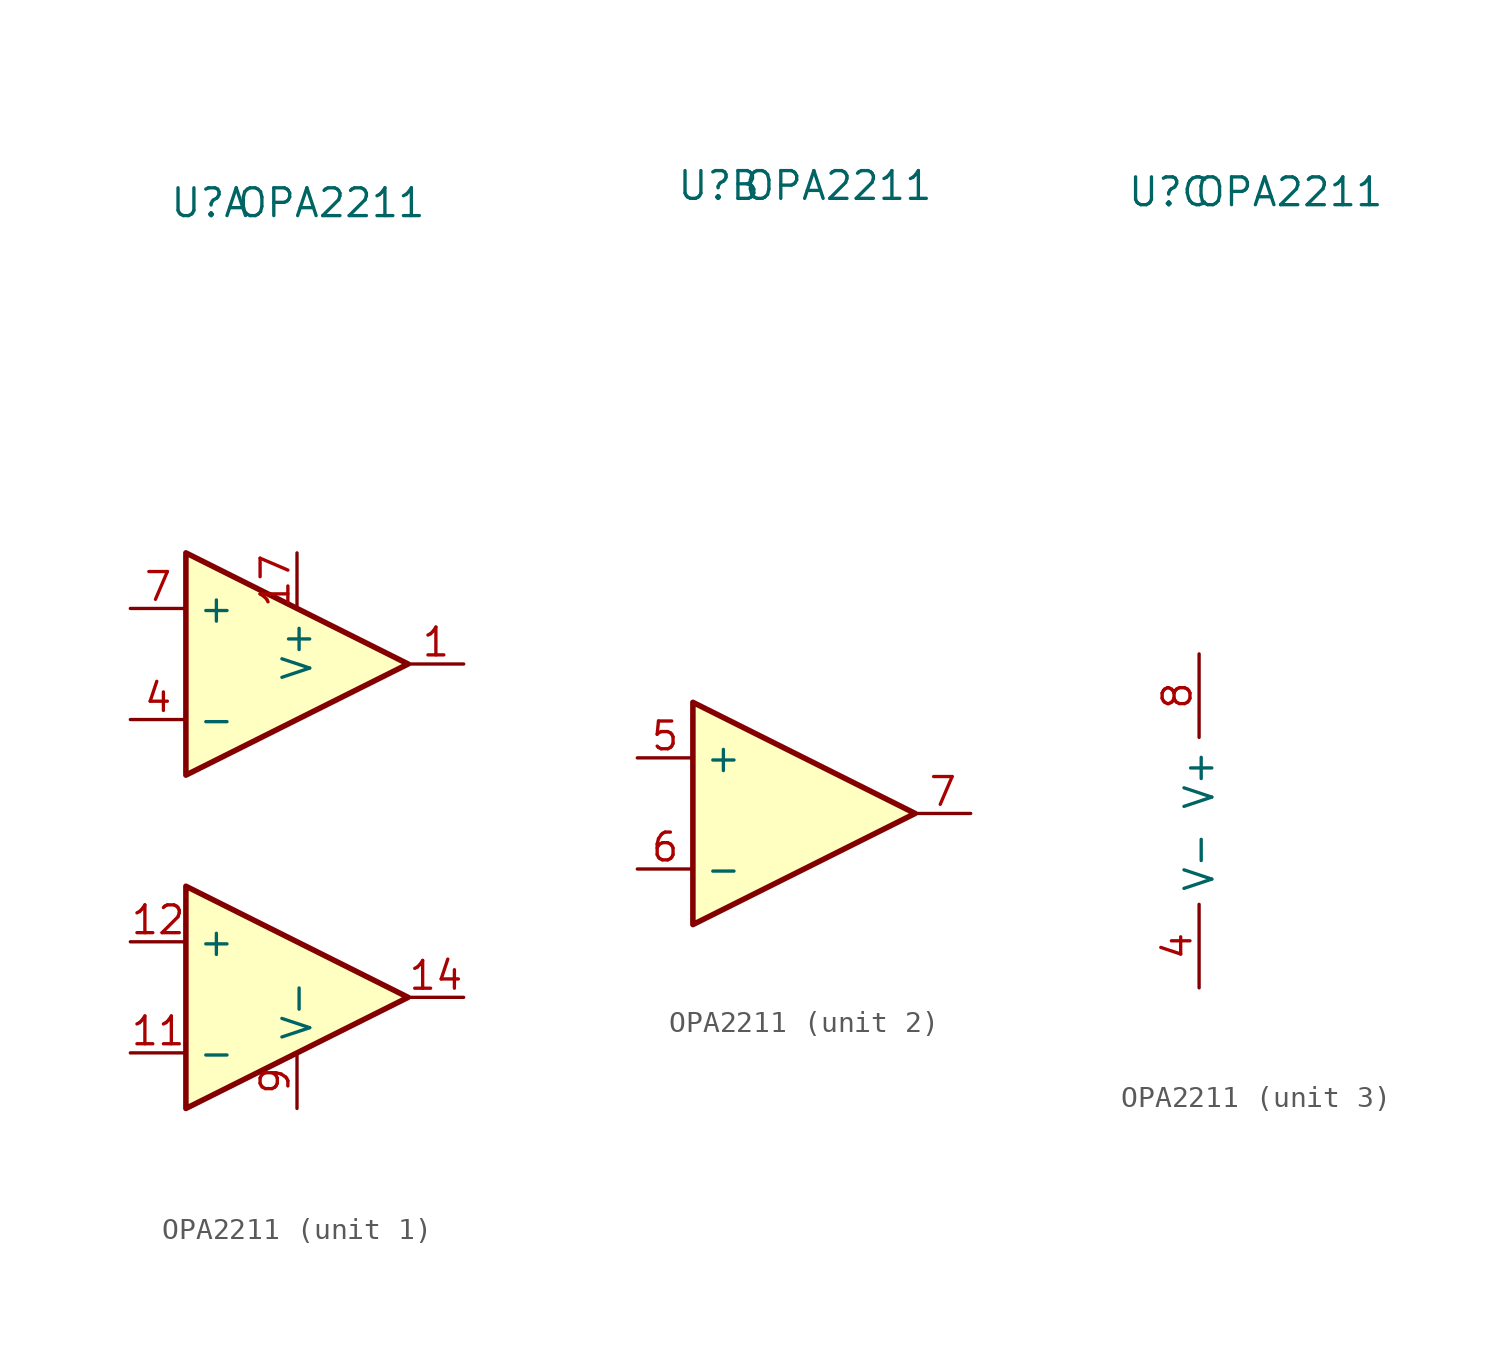
<source format=kicad_sym>
(kicad_symbol_lib
  (version 20241209)
  (generator "kicad_symbol_editor")
  (generator_version "9.0")
  (symbol "OPA2211"
    (property "Reference" "U"
      (at -5.842 28.702 0)
      (effects (font (size 1.27 1.27)) (justify left)))
    (property "Value" "OPA2211"
      (at -2.794 28.702 0)
      (effects (font (size 1.27 1.27)) (justify left)))
    (property "ki_locked" ""
      (at 0 0 0)
      (effects (font (size 1.27 1.27))))
    (symbol "OPA2211_1_1"
      (polyline (pts (xy -5.08 12.7) (xy 5.08 7.62) (xy -5.08 2.54) (xy -5.08 12.7)) (stroke (width 0.254) (type default)) (fill (type background)))
      (polyline (pts (xy -5.08 -2.54) (xy 5.08 -7.62) (xy -5.08 -12.7) (xy -5.08 -2.54)) (stroke (width 0.254) (type default)) (fill (type background)))
      (pin input line (at -7.62 10.16 0) (length 2.54) (name "+" (effects (font (size 1.27 1.27)))) (number "7" (effects (font (size 1.27 1.27)))))
      (pin input line (at -7.62 5.08 0) (length 2.54) (name "-" (effects (font (size 1.27 1.27)))) (number "4" (effects (font (size 1.27 1.27)))))
      (pin input line (at -7.62 -5.08 0) (length 2.54) (name "+" (effects (font (size 1.27 1.27)))) (number "12" (effects (font (size 1.27 1.27)))))
      (pin input line (at -7.62 -10.16 0) (length 2.54) (name "-" (effects (font (size 1.27 1.27)))) (number "11" (effects (font (size 1.27 1.27)))))
      (pin input line (at 0 12.7 270) (length 2.54) (name "V+" (effects (font (size 1.27 1.27)))) (number "17" (effects (font (size 1.27 1.27)))))
      (pin input line (at 0 -12.7 90) (length 2.54) (name "V-" (effects (font (size 1.27 1.27)))) (number "9" (effects (font (size 1.27 1.27)))))
      (pin output line (at 7.62 7.62 180) (length 2.54) (name "~" (effects (font (size 1.27 1.27)))) (number "1" (effects (font (size 1.27 1.27)))))
      (pin output line (at 7.62 -7.62 180) (length 2.54) (name "~" (effects (font (size 1.27 1.27)))) (number "14" (effects (font (size 1.27 1.27))))))
    (symbol "OPA2211_2_1"
      (polyline (pts (xy -5.08 5.08) (xy 5.08 0) (xy -5.08 -5.08) (xy -5.08 5.08)) (stroke (width 0.254) (type default)) (fill (type background)))
      (pin input line (at -7.62 2.54 0) (length 2.54) (name "+" (effects (font (size 1.27 1.27)))) (number "5" (effects (font (size 1.27 1.27)))))
      (pin input line (at -7.62 -2.54 0) (length 2.54) (name "-" (effects (font (size 1.27 1.27)))) (number "6" (effects (font (size 1.27 1.27)))))
      (pin output line (at 7.62 0 180) (length 2.54) (name "~" (effects (font (size 1.27 1.27)))) (number "7" (effects (font (size 1.27 1.27))))))
    (symbol "OPA2211_3_1"
      (pin power_in line (at -2.54 7.62 270) (length 3.81) (name "V+" (effects (font (size 1.27 1.27)))) (number "8" (effects (font (size 1.27 1.27)))))
      (pin power_in line (at -2.54 -7.62 90) (length 3.81) (name "V-" (effects (font (size 1.27 1.27)))) (number "4" (effects (font (size 1.27 1.27))))))))
</source>
